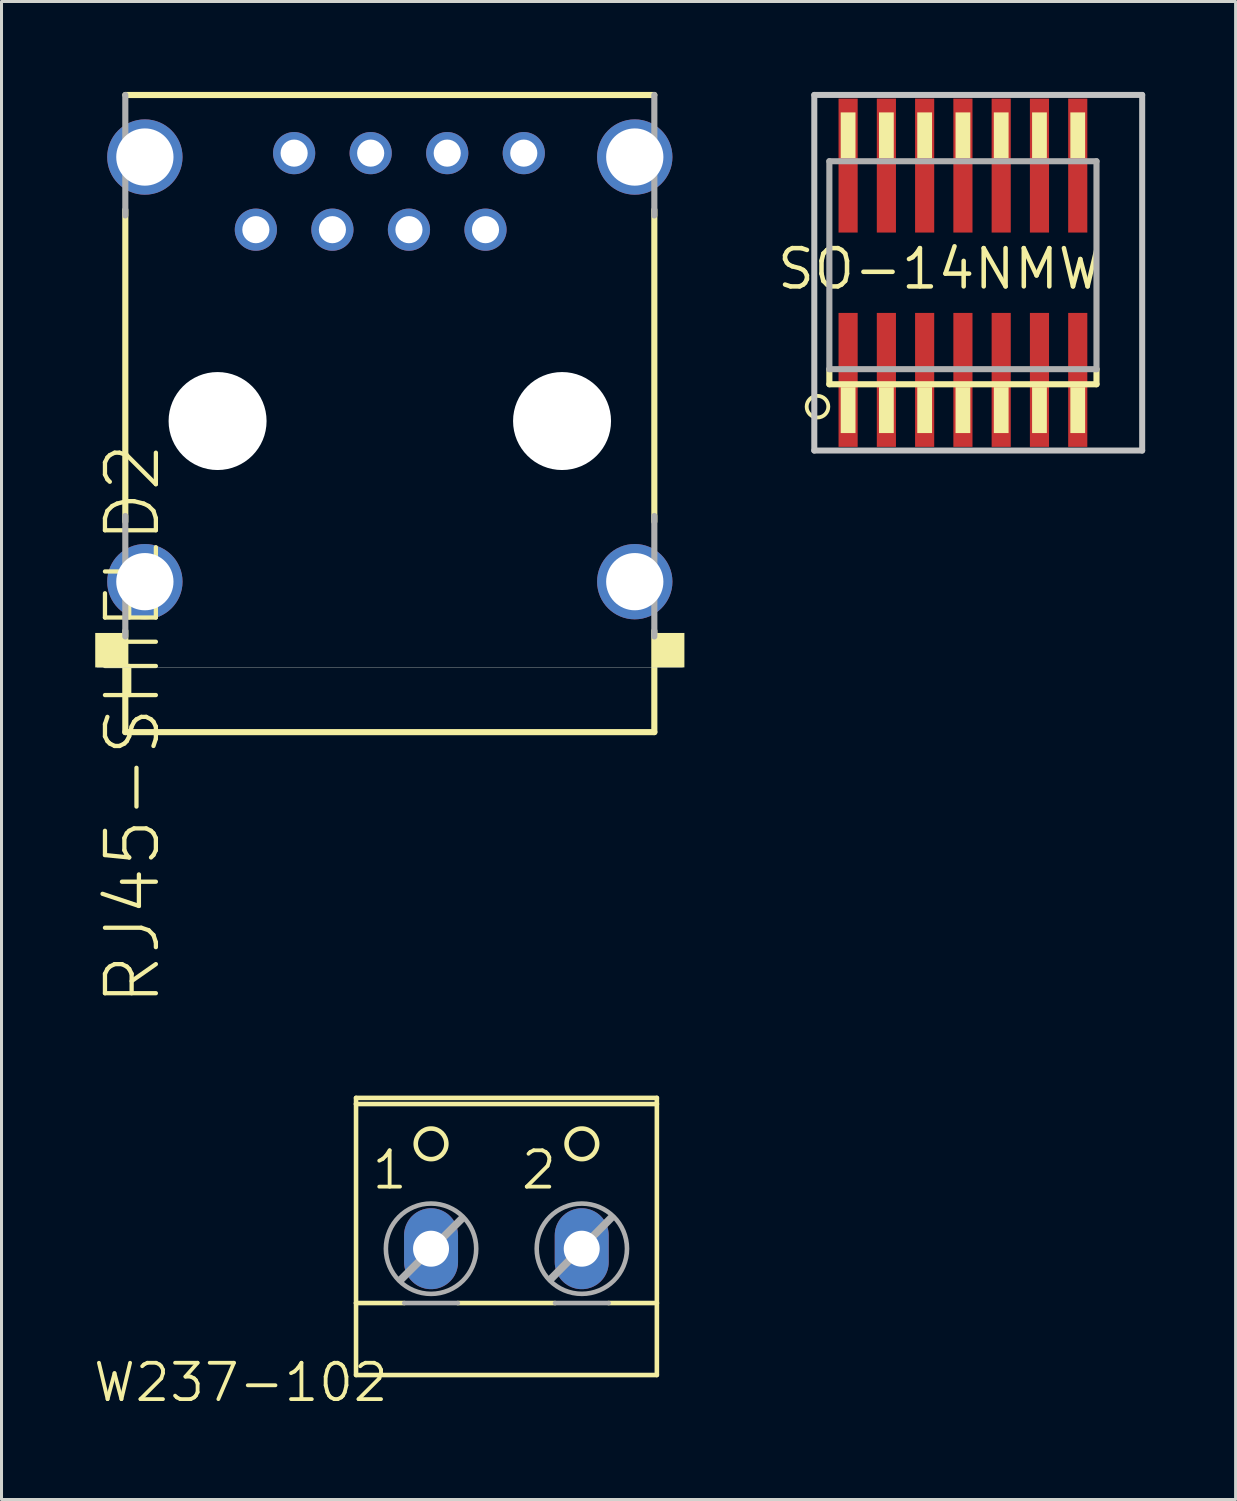
<source format=kicad_pcb>
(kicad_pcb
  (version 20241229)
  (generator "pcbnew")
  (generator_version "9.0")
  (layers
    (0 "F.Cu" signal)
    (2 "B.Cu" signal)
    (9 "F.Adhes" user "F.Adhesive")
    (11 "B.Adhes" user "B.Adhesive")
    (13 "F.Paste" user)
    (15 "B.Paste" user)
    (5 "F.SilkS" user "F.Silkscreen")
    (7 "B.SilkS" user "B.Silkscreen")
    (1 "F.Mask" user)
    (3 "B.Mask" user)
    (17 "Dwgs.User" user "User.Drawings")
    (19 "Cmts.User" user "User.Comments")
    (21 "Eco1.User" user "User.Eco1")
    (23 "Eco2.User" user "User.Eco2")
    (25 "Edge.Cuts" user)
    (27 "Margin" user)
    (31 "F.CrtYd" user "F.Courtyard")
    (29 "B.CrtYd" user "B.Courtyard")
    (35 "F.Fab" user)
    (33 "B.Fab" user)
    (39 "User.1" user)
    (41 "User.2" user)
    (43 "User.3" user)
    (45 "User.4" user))
  (footprint "SO-14NMW"
    (layer "F.Cu")
    (at 28.14 5.873)
    (property "Reference" "SO-14NMW" (at 0 0 0) (layer "F.SilkS") (effects (font (size 1.27 1.27) (thickness 0.15))))
    (attr through_hole)
    (fp_line (start -3.67 3.827) (end -3.67 3.327) (stroke (width 0.203) (type solid)) (layer "F.SilkS"))
    (fp_line (start 5.194 3.327) (end 5.194 3.827) (stroke (width 0.203) (type solid)) (layer "F.SilkS"))
    (fp_line (start 5.194 3.827) (end -3.67 3.827) (stroke (width 0.203) (type solid)) (layer "F.SilkS"))
    (fp_circle (center -4.064 4.572) (end -3.705 4.572) (stroke (width 0.127) (type solid)) (fill no) (layer "F.SilkS"))
    (fp_poly (pts (xy -3.293 -3.673) (xy -2.803 -3.673) (xy -2.803 -5.193) (xy -3.293 -5.193)) (stroke (width 0) (type solid)) (fill yes) (layer "F.SilkS"))
    (fp_poly (pts (xy -3.293 5.447) (xy -2.803 5.447) (xy -2.803 3.927) (xy -3.293 3.927)) (stroke (width 0) (type solid)) (fill yes) (layer "F.SilkS"))
    (fp_poly (pts (xy -2.023 -3.673) (xy -1.533 -3.673) (xy -1.533 -5.193) (xy -2.023 -5.193)) (stroke (width 0) (type solid)) (fill yes) (layer "F.SilkS"))
    (fp_poly (pts (xy -2.023 5.447) (xy -1.533 5.447) (xy -1.533 3.927) (xy -2.023 3.927)) (stroke (width 0) (type solid)) (fill yes) (layer "F.SilkS"))
    (fp_poly (pts (xy -0.753 -3.673) (xy -0.263 -3.673) (xy -0.263 -5.193) (xy -0.753 -5.193)) (stroke (width 0) (type solid)) (fill yes) (layer "F.SilkS"))
    (fp_poly (pts (xy -0.753 5.447) (xy -0.263 5.447) (xy -0.263 3.927) (xy -0.753 3.927)) (stroke (width 0) (type solid)) (fill yes) (layer "F.SilkS"))
    (fp_poly (pts (xy 0.517 -3.673) (xy 1.007 -3.673) (xy 1.007 -5.193) (xy 0.517 -5.193)) (stroke (width 0) (type solid)) (fill yes) (layer "F.SilkS"))
    (fp_poly (pts (xy 0.517 5.447) (xy 1.007 5.447) (xy 1.007 3.927) (xy 0.517 3.927)) (stroke (width 0) (type solid)) (fill yes) (layer "F.SilkS"))
    (fp_poly (pts (xy 1.787 -3.673) (xy 2.277 -3.673) (xy 2.277 -5.193) (xy 1.787 -5.193)) (stroke (width 0) (type solid)) (fill yes) (layer "F.SilkS"))
    (fp_poly (pts (xy 1.787 5.447) (xy 2.277 5.447) (xy 2.277 3.927) (xy 1.787 3.927)) (stroke (width 0) (type solid)) (fill yes) (layer "F.SilkS"))
    (fp_poly (pts (xy 3.057 -3.673) (xy 3.547 -3.673) (xy 3.547 -5.193) (xy 3.057 -5.193)) (stroke (width 0) (type solid)) (fill yes) (layer "F.SilkS"))
    (fp_poly (pts (xy 3.057 5.447) (xy 3.547 5.447) (xy 3.547 3.927) (xy 3.057 3.927)) (stroke (width 0) (type solid)) (fill yes) (layer "F.SilkS"))
    (fp_poly (pts (xy 4.327 -3.673) (xy 4.817 -3.673) (xy 4.817 -5.193) (xy 4.327 -5.193)) (stroke (width 0) (type solid)) (fill yes) (layer "F.SilkS"))
    (fp_poly (pts (xy 4.327 5.447) (xy 4.817 5.447) (xy 4.817 3.927) (xy 4.327 3.927)) (stroke (width 0) (type solid)) (fill yes) (layer "F.SilkS"))
    (fp_line (start -4.17 -5.773) (end 6.71 -5.773) (stroke (width 0.2) (type solid)) (layer "Dwgs.User"))
    (fp_line (start -4.17 6.027) (end -4.17 -5.773) (stroke (width 0.2) (type solid)) (layer "Dwgs.User"))
    (fp_line (start 6.71 -5.773) (end 6.71 6.027) (stroke (width 0.2) (type solid)) (layer "Dwgs.User"))
    (fp_line (start 6.71 6.027) (end -4.17 6.027) (stroke (width 0.2) (type solid)) (layer "Dwgs.User"))
    (fp_line (start -3.67 -3.573) (end 5.194 -3.573) (stroke (width 0.203) (type solid)) (layer "F.Fab"))
    (fp_line (start -3.67 3.327) (end -3.67 -3.573) (stroke (width 0.203) (type solid)) (layer "F.Fab"))
    (fp_line (start 5.194 -3.573) (end 5.194 3.327) (stroke (width 0.203) (type solid)) (layer "F.Fab"))
    (fp_line (start 5.194 3.327) (end -3.67 3.327) (stroke (width 0.203) (type solid)) (layer "F.Fab"))
    (pad "P$1" smd rect (at -3.048 3.683 270) (size 4.445 0.635) (layers "F.Cu" "F.Mask" "F.Paste"))
    (pad "P$2" smd rect (at -1.778 3.683 270) (size 4.445 0.635) (layers "F.Cu" "F.Mask" "F.Paste"))
    (pad "P$3" smd rect (at -0.508 3.683 90) (size 4.445 0.635) (layers "F.Cu" "F.Mask" "F.Paste"))
    (pad "P$4" smd rect (at 0.762 3.683 90) (size 4.445 0.635) (layers "F.Cu" "F.Mask" "F.Paste"))
    (pad "P$5" smd rect (at 2.032 3.683 90) (size 4.445 0.635) (layers "F.Cu" "F.Mask" "F.Paste"))
    (pad "P$6" smd rect (at 3.302 3.683 90) (size 4.445 0.635) (layers "F.Cu" "F.Mask" "F.Paste"))
    (pad "P$7" smd rect (at 4.572 3.683 90) (size 4.445 0.635) (layers "F.Cu" "F.Mask" "F.Paste"))
    (pad "P$8" smd rect (at 4.572 -3.429 90) (size 4.445 0.635) (layers "F.Cu" "F.Mask" "F.Paste"))
    (pad "P$9" smd rect (at 3.302 -3.429 90) (size 4.445 0.635) (layers "F.Cu" "F.Mask" "F.Paste"))
    (pad "P$10" smd rect (at 2.032 -3.429 90) (size 4.445 0.635) (layers "F.Cu" "F.Mask" "F.Paste"))
    (pad "P$11" smd rect (at 0.762 -3.429 90) (size 4.445 0.635) (layers "F.Cu" "F.Mask" "F.Paste"))
    (pad "P$12" smd rect (at -0.508 -3.429 90) (size 4.445 0.635) (layers "F.Cu" "F.Mask" "F.Paste"))
    (pad "P$13" smd rect (at -1.778 -3.429 90) (size 4.445 0.635) (layers "F.Cu" "F.Mask" "F.Paste"))
    (pad "P$14" smd rect (at -3.048 -3.429 90) (size 4.445 0.635) (layers "F.Cu" "F.Mask" "F.Paste")))
  (footprint "RJ45-SHIELD2"
    (layer "F.Cu")
    (at 9.885 10.921)
    (property "Reference" "RJ45-SHIELD2" (at -9.525 0.635 90) (layer "F.SilkS") (effects (font (size 1.689 1.689) (thickness 0.142)) (justify right top)))
    (attr through_hole)
    (fp_line (start -8.777 -10.819) (end 8.777 -10.819) (stroke (width 0.203) (type solid)) (layer "F.SilkS"))
    (fp_line (start -8.777 3.337) (end -8.777 -7.009) (stroke (width 0.203) (type solid)) (layer "F.SilkS"))
    (fp_line (start -8.777 10.322) (end -8.777 6.961) (stroke (width 0.203) (type solid)) (layer "F.SilkS"))
    (fp_line (start 8.777 -7.009) (end 8.777 3.337) (stroke (width 0.203) (type solid)) (layer "F.SilkS"))
    (fp_line (start 8.777 6.961) (end 8.777 10.322) (stroke (width 0.203) (type solid)) (layer "F.SilkS"))
    (fp_line (start 8.777 10.322) (end -8.777 10.322) (stroke (width 0.203) (type solid)) (layer "F.SilkS"))
    (fp_poly (pts (xy -9.775 8.175) (xy -8.85 8.175) (xy -8.85 7.032) (xy -9.775 7.032)) (stroke (width 0) (type solid)) (fill yes) (layer "F.SilkS"))
    (fp_poly (pts (xy 8.85 8.175) (xy 9.775 8.175) (xy 9.775 7.032) (xy 8.85 7.032)) (stroke (width 0) (type solid)) (fill yes) (layer "F.SilkS"))
    (fp_line (start 9.716 8.18) (end -9.716 8.18) (stroke (width 0.01) (type solid)) (layer "Edge.Cuts"))
    (fp_line (start -8.777 -6.823) (end -8.777 -10.819) (stroke (width 0.203) (type solid)) (layer "F.Fab"))
    (fp_line (start -8.777 7.147) (end -8.777 3.151) (stroke (width 0.203) (type solid)) (layer "F.Fab"))
    (fp_line (start 8.777 -10.819) (end 8.777 -6.823) (stroke (width 0.203) (type solid)) (layer "F.Fab"))
    (fp_line (start 8.777 3.151) (end 8.777 7.147) (stroke (width 0.203) (type solid)) (layer "F.Fab"))
    (pad "" np_thru_hole circle (at -5.715 0) (size 3.251 3.251) (drill 3.251) (layers "*.Cu"))
    (pad "" np_thru_hole circle (at 5.715 0) (size 3.251 3.251) (drill 3.251) (layers "*.Cu"))
    (pad "1" thru_hole circle (at -4.445 -6.35) (size 1.4 1.4) (drill 0.9) (layers "*.Cu" "*.Mask"))
    (pad "2" thru_hole circle (at -3.175 -8.89) (size 1.4 1.4) (drill 0.9) (layers "*.Cu" "*.Mask"))
    (pad "3" thru_hole circle (at -1.905 -6.35) (size 1.4 1.4) (drill 0.9) (layers "*.Cu" "*.Mask"))
    (pad "4" thru_hole circle (at -0.635 -8.89) (size 1.4 1.4) (drill 0.9) (layers "*.Cu" "*.Mask"))
    (pad "5" thru_hole circle (at 0.635 -6.35) (size 1.4 1.4) (drill 0.9) (layers "*.Cu" "*.Mask"))
    (pad "6" thru_hole circle (at 1.905 -8.89) (size 1.4 1.4) (drill 0.9) (layers "*.Cu" "*.Mask"))
    (pad "7" thru_hole circle (at 3.175 -6.35) (size 1.4 1.4) (drill 0.9) (layers "*.Cu" "*.Mask"))
    (pad "8" thru_hole circle (at 4.445 -8.89) (size 1.4 1.4) (drill 0.9) (layers "*.Cu" "*.Mask"))
    (pad "S1" thru_hole circle (at -8.128 5.33) (size 2.5 2.5) (drill 1.9) (layers "*.Cu" "*.Mask"))
    (pad "S2" thru_hole circle (at 8.128 5.33) (size 2.5 2.5) (drill 1.9) (layers "*.Cu" "*.Mask"))
    (pad "S3" thru_hole circle (at -8.128 -8.76) (size 2.5 2.5) (drill 1.9) (layers "*.Cu" "*.Mask"))
    (pad "S4" thru_hole circle (at 8.128 -8.76) (size 2.5 2.5) (drill 1.9) (layers "*.Cu" "*.Mask")))
  (footprint "W237-102"
    (layer "F.Cu")
    (at 13.753 37.115)
    (property "Reference" "W237-102" (at -3.846 5.004 0) (layer "F.SilkS") (effects (font (size 1.206 1.206) (thickness 0.127)) (justify right top)))
    (attr through_hole)
    (fp_line (start -4.989 -3.531) (end -4.989 -3.734) (stroke (width 0.152) (type solid)) (layer "F.SilkS"))
    (fp_line (start -4.989 -3.531) (end 4.993 -3.531) (stroke (width 0.152) (type solid)) (layer "F.SilkS"))
    (fp_line (start -4.989 3.073) (end -4.989 -3.531) (stroke (width 0.152) (type solid)) (layer "F.SilkS"))
    (fp_line (start -4.989 3.073) (end -3.389 3.073) (stroke (width 0.152) (type solid)) (layer "F.SilkS"))
    (fp_line (start -4.989 5.461) (end -4.989 3.073) (stroke (width 0.152) (type solid)) (layer "F.SilkS"))
    (fp_line (start -4.989 5.461) (end 4.993 5.461) (stroke (width 0.152) (type solid)) (layer "F.SilkS"))
    (fp_line (start -1.611 3.073) (end 1.615 3.073) (stroke (width 0.152) (type solid)) (layer "F.SilkS"))
    (fp_line (start 3.393 3.073) (end 4.993 3.073) (stroke (width 0.152) (type solid)) (layer "F.SilkS"))
    (fp_line (start 4.993 -3.734) (end -4.989 -3.734) (stroke (width 0.152) (type solid)) (layer "F.SilkS"))
    (fp_line (start 4.993 -3.734) (end 4.993 -3.531) (stroke (width 0.152) (type solid)) (layer "F.SilkS"))
    (fp_line (start 4.993 -3.531) (end 4.993 3.073) (stroke (width 0.152) (type solid)) (layer "F.SilkS"))
    (fp_line (start 4.993 3.073) (end 4.993 5.461) (stroke (width 0.152) (type solid)) (layer "F.SilkS"))
    (fp_circle (center -2.5 -2.21) (end -1.992 -2.21) (stroke (width 0.152) (type solid)) (fill no) (layer "F.SilkS"))
    (fp_circle (center 2.504 -2.21) (end 3.012 -2.21) (stroke (width 0.152) (type solid)) (fill no) (layer "F.SilkS"))
    (fp_line (start -3.491 2.286) (end -1.484 0.279) (stroke (width 0.254) (type solid)) (layer "F.Fab"))
    (fp_line (start -3.389 3.073) (end -1.611 3.073) (stroke (width 0.152) (type solid)) (layer "F.Fab"))
    (fp_line (start 1.488 2.261) (end 3.469 0.254) (stroke (width 0.254) (type solid)) (layer "F.Fab"))
    (fp_line (start 1.615 3.073) (end 3.393 3.073) (stroke (width 0.152) (type solid)) (layer "F.Fab"))
    (fp_circle (center -2.5 1.27) (end -1.001 1.27) (stroke (width 0.152) (type solid)) (fill no) (layer "F.Fab"))
    (fp_circle (center 2.504 1.27) (end 4.002 1.27) (stroke (width 0.152) (type solid)) (fill no) (layer "F.Fab"))
    (fp_text user "2" (at 0.421 -0.635 0) (layer "F.SilkS") (effects (font (size 1.206 1.206) (thickness 0.127)) (justify left bottom)))
    (fp_text user "1" (at -4.532 -0.635 0) (layer "F.SilkS") (effects (font (size 1.206 1.206) (thickness 0.127)) (justify left bottom)))
    (pad "1" thru_hole oval (at -2.5 1.27 90) (size 2.686 1.791) (drill 1.194) (layers "*.Cu" "*.Mask"))
    (pad "2" thru_hole oval (at 2.5 1.27 90) (size 2.686 1.791) (drill 1.194) (layers "*.Cu" "*.Mask")))
  (gr_rect
    (start -3 -3)
    (end 37.95 46.707)
    (stroke (width 0.1) (type default))
    (fill no)
    (layer "Edge.Cuts")))
</source>
